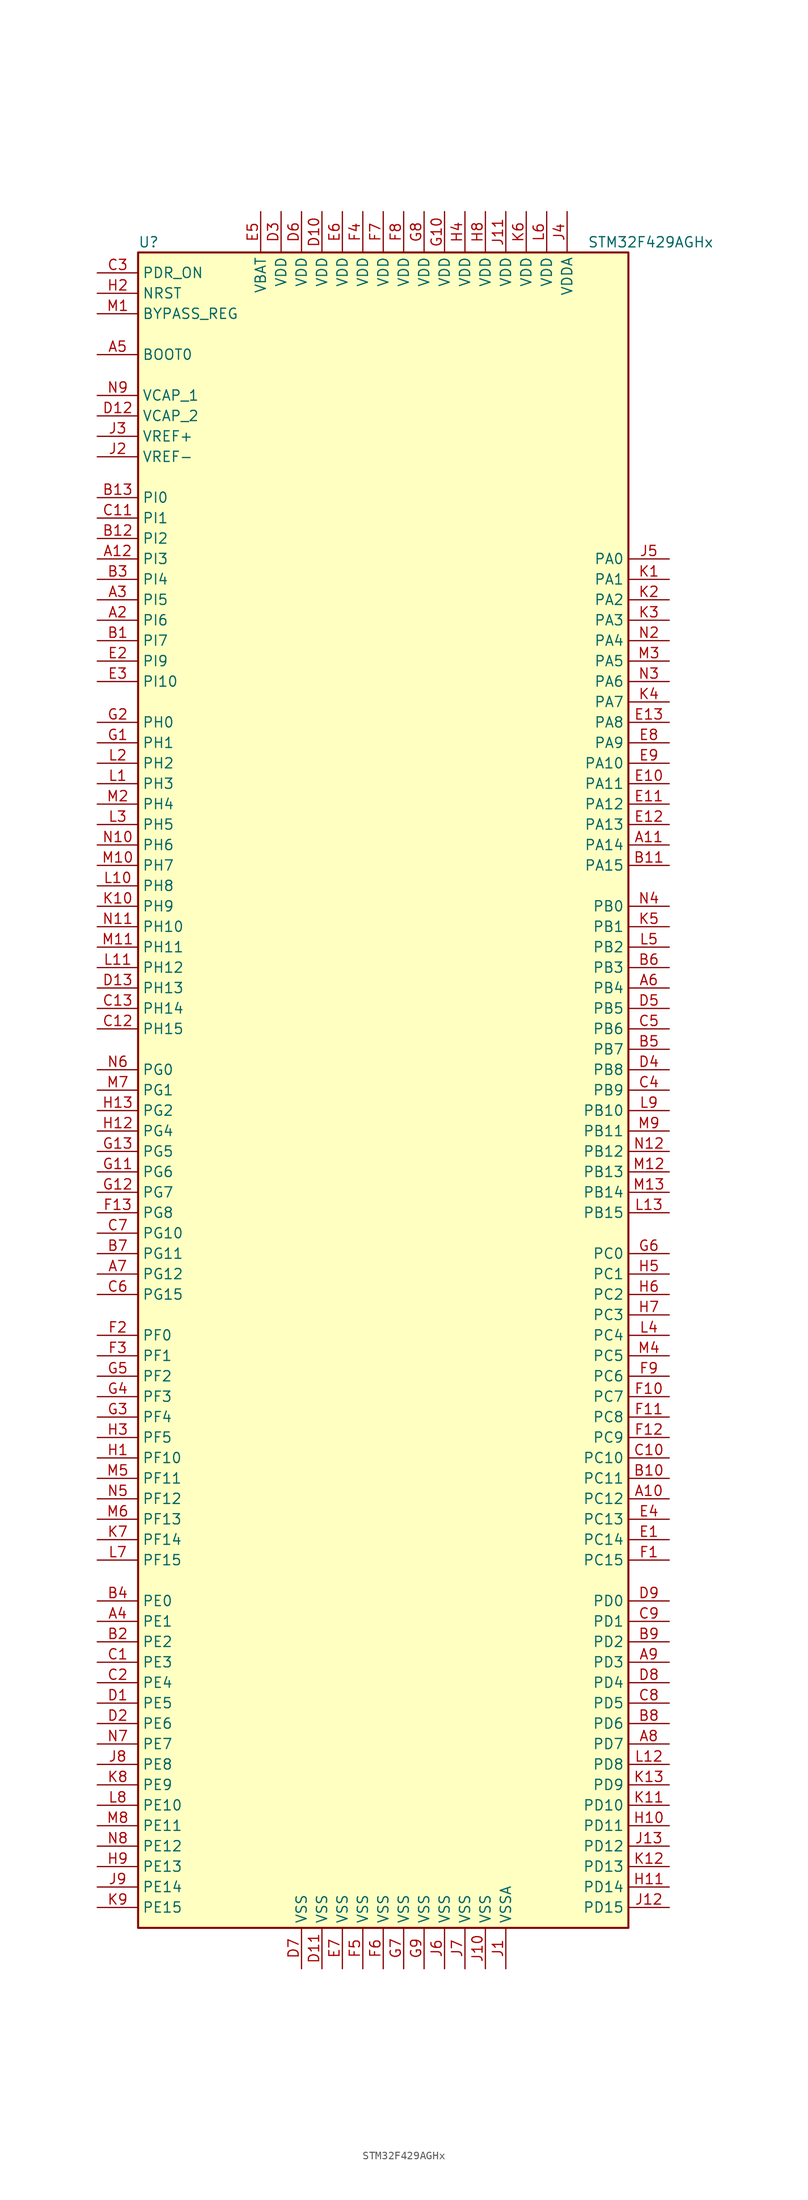
<source format=kicad_sym>
(kicad_symbol_lib
  (version 20200908)
  (generator kicad_symbol_editor)
  (symbol "MCU_ST_STM32F4:STM32F429AGHx"
    (property "Reference" "U"
      (at -30.48 105.41 0)
      (effects (font (size 1.27 1.27)) (justify left)))
    (property "Value" "STM32F429AGHx"
      (at 25.4 105.41 0)
      (effects (font (size 1.27 1.27)) (justify left)))
    (symbol "STM32F429AGHx_0_1"
      (rectangle (start -30.48 -104.14) (end 30.48 104.14) (stroke (width 0.254)) (fill (type background))))
    (symbol "STM32F429AGHx_1_1"
      (pin input line (at -35.56 91.44 0) (length 5.08) (name "BOOT0" (effects (font (size 1.27 1.27)))) (number "A5" (effects (font (size 1.27 1.27)))))
      (pin input line (at -35.56 96.52 0) (length 5.08) (name "BYPASS_REG" (effects (font (size 1.27 1.27)))) (number "M1" (effects (font (size 1.27 1.27)))))
      (pin unconnected line (at -30.48 -101.6 0) (length 5.08) hide (name "NC" (effects (font (size 1.27 1.27)))) (number "A1" (effects (font (size 1.27 1.27)))))
      (pin unconnected line (at -30.48 -99.06 0) (length 5.08) hide (name "NC" (effects (font (size 1.27 1.27)))) (number "A13" (effects (font (size 1.27 1.27)))))
      (pin unconnected line (at -30.48 -96.52 0) (length 5.08) hide (name "NC" (effects (font (size 1.27 1.27)))) (number "N1" (effects (font (size 1.27 1.27)))))
      (pin unconnected line (at -30.48 -93.98 0) (length 5.08) hide (name "NC" (effects (font (size 1.27 1.27)))) (number "N13" (effects (font (size 1.27 1.27)))))
      (pin input line (at -35.56 99.06 0) (length 5.08) (name "NRST" (effects (font (size 1.27 1.27)))) (number "H2" (effects (font (size 1.27 1.27)))))
      (pin bidirectional line (at 35.56 66.04 180) (length 5.08) (name "PA0" (effects (font (size 1.27 1.27)))) (number "J5" (effects (font (size 1.27 1.27)))))
      (pin bidirectional line (at 35.56 63.5 180) (length 5.08) (name "PA1" (effects (font (size 1.27 1.27)))) (number "K1" (effects (font (size 1.27 1.27)))))
      (pin bidirectional line (at 35.56 40.64 180) (length 5.08) (name "PA10" (effects (font (size 1.27 1.27)))) (number "E9" (effects (font (size 1.27 1.27)))))
      (pin bidirectional line (at 35.56 38.1 180) (length 5.08) (name "PA11" (effects (font (size 1.27 1.27)))) (number "E10" (effects (font (size 1.27 1.27)))))
      (pin bidirectional line (at 35.56 35.56 180) (length 5.08) (name "PA12" (effects (font (size 1.27 1.27)))) (number "E11" (effects (font (size 1.27 1.27)))))
      (pin bidirectional line (at 35.56 33.02 180) (length 5.08) (name "PA13" (effects (font (size 1.27 1.27)))) (number "E12" (effects (font (size 1.27 1.27)))))
      (pin bidirectional line (at 35.56 30.48 180) (length 5.08) (name "PA14" (effects (font (size 1.27 1.27)))) (number "A11" (effects (font (size 1.27 1.27)))))
      (pin bidirectional line (at 35.56 27.94 180) (length 5.08) (name "PA15" (effects (font (size 1.27 1.27)))) (number "B11" (effects (font (size 1.27 1.27)))))
      (pin bidirectional line (at 35.56 60.96 180) (length 5.08) (name "PA2" (effects (font (size 1.27 1.27)))) (number "K2" (effects (font (size 1.27 1.27)))))
      (pin bidirectional line (at 35.56 58.42 180) (length 5.08) (name "PA3" (effects (font (size 1.27 1.27)))) (number "K3" (effects (font (size 1.27 1.27)))))
      (pin bidirectional line (at 35.56 55.88 180) (length 5.08) (name "PA4" (effects (font (size 1.27 1.27)))) (number "N2" (effects (font (size 1.27 1.27)))))
      (pin bidirectional line (at 35.56 53.34 180) (length 5.08) (name "PA5" (effects (font (size 1.27 1.27)))) (number "M3" (effects (font (size 1.27 1.27)))))
      (pin bidirectional line (at 35.56 50.8 180) (length 5.08) (name "PA6" (effects (font (size 1.27 1.27)))) (number "N3" (effects (font (size 1.27 1.27)))))
      (pin bidirectional line (at 35.56 48.26 180) (length 5.08) (name "PA7" (effects (font (size 1.27 1.27)))) (number "K4" (effects (font (size 1.27 1.27)))))
      (pin bidirectional line (at 35.56 45.72 180) (length 5.08) (name "PA8" (effects (font (size 1.27 1.27)))) (number "E13" (effects (font (size 1.27 1.27)))))
      (pin bidirectional line (at 35.56 43.18 180) (length 5.08) (name "PA9" (effects (font (size 1.27 1.27)))) (number "E8" (effects (font (size 1.27 1.27)))))
      (pin bidirectional line (at 35.56 22.86 180) (length 5.08) (name "PB0" (effects (font (size 1.27 1.27)))) (number "N4" (effects (font (size 1.27 1.27)))))
      (pin bidirectional line (at 35.56 20.32 180) (length 5.08) (name "PB1" (effects (font (size 1.27 1.27)))) (number "K5" (effects (font (size 1.27 1.27)))))
      (pin bidirectional line (at 35.56 -2.54 180) (length 5.08) (name "PB10" (effects (font (size 1.27 1.27)))) (number "L9" (effects (font (size 1.27 1.27)))))
      (pin bidirectional line (at 35.56 -5.08 180) (length 5.08) (name "PB11" (effects (font (size 1.27 1.27)))) (number "M9" (effects (font (size 1.27 1.27)))))
      (pin bidirectional line (at 35.56 -7.62 180) (length 5.08) (name "PB12" (effects (font (size 1.27 1.27)))) (number "N12" (effects (font (size 1.27 1.27)))))
      (pin bidirectional line (at 35.56 -10.16 180) (length 5.08) (name "PB13" (effects (font (size 1.27 1.27)))) (number "M12" (effects (font (size 1.27 1.27)))))
      (pin bidirectional line (at 35.56 -12.7 180) (length 5.08) (name "PB14" (effects (font (size 1.27 1.27)))) (number "M13" (effects (font (size 1.27 1.27)))))
      (pin bidirectional line (at 35.56 -15.24 180) (length 5.08) (name "PB15" (effects (font (size 1.27 1.27)))) (number "L13" (effects (font (size 1.27 1.27)))))
      (pin bidirectional line (at 35.56 17.78 180) (length 5.08) (name "PB2" (effects (font (size 1.27 1.27)))) (number "L5" (effects (font (size 1.27 1.27)))))
      (pin bidirectional line (at 35.56 15.24 180) (length 5.08) (name "PB3" (effects (font (size 1.27 1.27)))) (number "B6" (effects (font (size 1.27 1.27)))))
      (pin bidirectional line (at 35.56 12.7 180) (length 5.08) (name "PB4" (effects (font (size 1.27 1.27)))) (number "A6" (effects (font (size 1.27 1.27)))))
      (pin bidirectional line (at 35.56 10.16 180) (length 5.08) (name "PB5" (effects (font (size 1.27 1.27)))) (number "D5" (effects (font (size 1.27 1.27)))))
      (pin bidirectional line (at 35.56 7.62 180) (length 5.08) (name "PB6" (effects (font (size 1.27 1.27)))) (number "C5" (effects (font (size 1.27 1.27)))))
      (pin bidirectional line (at 35.56 5.08 180) (length 5.08) (name "PB7" (effects (font (size 1.27 1.27)))) (number "B5" (effects (font (size 1.27 1.27)))))
      (pin bidirectional line (at 35.56 2.54 180) (length 5.08) (name "PB8" (effects (font (size 1.27 1.27)))) (number "D4" (effects (font (size 1.27 1.27)))))
      (pin bidirectional line (at 35.56 0 180) (length 5.08) (name "PB9" (effects (font (size 1.27 1.27)))) (number "C4" (effects (font (size 1.27 1.27)))))
      (pin bidirectional line (at 35.56 -20.32 180) (length 5.08) (name "PC0" (effects (font (size 1.27 1.27)))) (number "G6" (effects (font (size 1.27 1.27)))))
      (pin bidirectional line (at 35.56 -22.86 180) (length 5.08) (name "PC1" (effects (font (size 1.27 1.27)))) (number "H5" (effects (font (size 1.27 1.27)))))
      (pin bidirectional line (at 35.56 -45.72 180) (length 5.08) (name "PC10" (effects (font (size 1.27 1.27)))) (number "C10" (effects (font (size 1.27 1.27)))))
      (pin bidirectional line (at 35.56 -48.26 180) (length 5.08) (name "PC11" (effects (font (size 1.27 1.27)))) (number "B10" (effects (font (size 1.27 1.27)))))
      (pin bidirectional line (at 35.56 -50.8 180) (length 5.08) (name "PC12" (effects (font (size 1.27 1.27)))) (number "A10" (effects (font (size 1.27 1.27)))))
      (pin bidirectional line (at 35.56 -53.34 180) (length 5.08) (name "PC13" (effects (font (size 1.27 1.27)))) (number "E4" (effects (font (size 1.27 1.27)))))
      (pin bidirectional line (at 35.56 -55.88 180) (length 5.08) (name "PC14" (effects (font (size 1.27 1.27)))) (number "E1" (effects (font (size 1.27 1.27)))))
      (pin bidirectional line (at 35.56 -58.42 180) (length 5.08) (name "PC15" (effects (font (size 1.27 1.27)))) (number "F1" (effects (font (size 1.27 1.27)))))
      (pin bidirectional line (at 35.56 -25.4 180) (length 5.08) (name "PC2" (effects (font (size 1.27 1.27)))) (number "H6" (effects (font (size 1.27 1.27)))))
      (pin bidirectional line (at 35.56 -27.94 180) (length 5.08) (name "PC3" (effects (font (size 1.27 1.27)))) (number "H7" (effects (font (size 1.27 1.27)))))
      (pin bidirectional line (at 35.56 -30.48 180) (length 5.08) (name "PC4" (effects (font (size 1.27 1.27)))) (number "L4" (effects (font (size 1.27 1.27)))))
      (pin bidirectional line (at 35.56 -33.02 180) (length 5.08) (name "PC5" (effects (font (size 1.27 1.27)))) (number "M4" (effects (font (size 1.27 1.27)))))
      (pin bidirectional line (at 35.56 -35.56 180) (length 5.08) (name "PC6" (effects (font (size 1.27 1.27)))) (number "F9" (effects (font (size 1.27 1.27)))))
      (pin bidirectional line (at 35.56 -38.1 180) (length 5.08) (name "PC7" (effects (font (size 1.27 1.27)))) (number "F10" (effects (font (size 1.27 1.27)))))
      (pin bidirectional line (at 35.56 -40.64 180) (length 5.08) (name "PC8" (effects (font (size 1.27 1.27)))) (number "F11" (effects (font (size 1.27 1.27)))))
      (pin bidirectional line (at 35.56 -43.18 180) (length 5.08) (name "PC9" (effects (font (size 1.27 1.27)))) (number "F12" (effects (font (size 1.27 1.27)))))
      (pin bidirectional line (at 35.56 -63.5 180) (length 5.08) (name "PD0" (effects (font (size 1.27 1.27)))) (number "D9" (effects (font (size 1.27 1.27)))))
      (pin bidirectional line (at 35.56 -66.04 180) (length 5.08) (name "PD1" (effects (font (size 1.27 1.27)))) (number "C9" (effects (font (size 1.27 1.27)))))
      (pin bidirectional line (at 35.56 -88.9 180) (length 5.08) (name "PD10" (effects (font (size 1.27 1.27)))) (number "K11" (effects (font (size 1.27 1.27)))))
      (pin bidirectional line (at 35.56 -91.44 180) (length 5.08) (name "PD11" (effects (font (size 1.27 1.27)))) (number "H10" (effects (font (size 1.27 1.27)))))
      (pin bidirectional line (at 35.56 -93.98 180) (length 5.08) (name "PD12" (effects (font (size 1.27 1.27)))) (number "J13" (effects (font (size 1.27 1.27)))))
      (pin bidirectional line (at 35.56 -96.52 180) (length 5.08) (name "PD13" (effects (font (size 1.27 1.27)))) (number "K12" (effects (font (size 1.27 1.27)))))
      (pin bidirectional line (at 35.56 -99.06 180) (length 5.08) (name "PD14" (effects (font (size 1.27 1.27)))) (number "H11" (effects (font (size 1.27 1.27)))))
      (pin bidirectional line (at 35.56 -101.6 180) (length 5.08) (name "PD15" (effects (font (size 1.27 1.27)))) (number "J12" (effects (font (size 1.27 1.27)))))
      (pin bidirectional line (at 35.56 -68.58 180) (length 5.08) (name "PD2" (effects (font (size 1.27 1.27)))) (number "B9" (effects (font (size 1.27 1.27)))))
      (pin bidirectional line (at 35.56 -71.12 180) (length 5.08) (name "PD3" (effects (font (size 1.27 1.27)))) (number "A9" (effects (font (size 1.27 1.27)))))
      (pin bidirectional line (at 35.56 -73.66 180) (length 5.08) (name "PD4" (effects (font (size 1.27 1.27)))) (number "D8" (effects (font (size 1.27 1.27)))))
      (pin bidirectional line (at 35.56 -76.2 180) (length 5.08) (name "PD5" (effects (font (size 1.27 1.27)))) (number "C8" (effects (font (size 1.27 1.27)))))
      (pin bidirectional line (at 35.56 -78.74 180) (length 5.08) (name "PD6" (effects (font (size 1.27 1.27)))) (number "B8" (effects (font (size 1.27 1.27)))))
      (pin bidirectional line (at 35.56 -81.28 180) (length 5.08) (name "PD7" (effects (font (size 1.27 1.27)))) (number "A8" (effects (font (size 1.27 1.27)))))
      (pin bidirectional line (at 35.56 -83.82 180) (length 5.08) (name "PD8" (effects (font (size 1.27 1.27)))) (number "L12" (effects (font (size 1.27 1.27)))))
      (pin bidirectional line (at 35.56 -86.36 180) (length 5.08) (name "PD9" (effects (font (size 1.27 1.27)))) (number "K13" (effects (font (size 1.27 1.27)))))
      (pin input line (at -35.56 101.6 0) (length 5.08) (name "PDR_ON" (effects (font (size 1.27 1.27)))) (number "C3" (effects (font (size 1.27 1.27)))))
      (pin bidirectional line (at -35.56 -63.5 0) (length 5.08) (name "PE0" (effects (font (size 1.27 1.27)))) (number "B4" (effects (font (size 1.27 1.27)))))
      (pin bidirectional line (at -35.56 -66.04 0) (length 5.08) (name "PE1" (effects (font (size 1.27 1.27)))) (number "A4" (effects (font (size 1.27 1.27)))))
      (pin bidirectional line (at -35.56 -88.9 0) (length 5.08) (name "PE10" (effects (font (size 1.27 1.27)))) (number "L8" (effects (font (size 1.27 1.27)))))
      (pin bidirectional line (at -35.56 -91.44 0) (length 5.08) (name "PE11" (effects (font (size 1.27 1.27)))) (number "M8" (effects (font (size 1.27 1.27)))))
      (pin bidirectional line (at -35.56 -93.98 0) (length 5.08) (name "PE12" (effects (font (size 1.27 1.27)))) (number "N8" (effects (font (size 1.27 1.27)))))
      (pin bidirectional line (at -35.56 -96.52 0) (length 5.08) (name "PE13" (effects (font (size 1.27 1.27)))) (number "H9" (effects (font (size 1.27 1.27)))))
      (pin bidirectional line (at -35.56 -99.06 0) (length 5.08) (name "PE14" (effects (font (size 1.27 1.27)))) (number "J9" (effects (font (size 1.27 1.27)))))
      (pin bidirectional line (at -35.56 -101.6 0) (length 5.08) (name "PE15" (effects (font (size 1.27 1.27)))) (number "K9" (effects (font (size 1.27 1.27)))))
      (pin bidirectional line (at -35.56 -68.58 0) (length 5.08) (name "PE2" (effects (font (size 1.27 1.27)))) (number "B2" (effects (font (size 1.27 1.27)))))
      (pin bidirectional line (at -35.56 -71.12 0) (length 5.08) (name "PE3" (effects (font (size 1.27 1.27)))) (number "C1" (effects (font (size 1.27 1.27)))))
      (pin bidirectional line (at -35.56 -73.66 0) (length 5.08) (name "PE4" (effects (font (size 1.27 1.27)))) (number "C2" (effects (font (size 1.27 1.27)))))
      (pin bidirectional line (at -35.56 -76.2 0) (length 5.08) (name "PE5" (effects (font (size 1.27 1.27)))) (number "D1" (effects (font (size 1.27 1.27)))))
      (pin bidirectional line (at -35.56 -78.74 0) (length 5.08) (name "PE6" (effects (font (size 1.27 1.27)))) (number "D2" (effects (font (size 1.27 1.27)))))
      (pin bidirectional line (at -35.56 -81.28 0) (length 5.08) (name "PE7" (effects (font (size 1.27 1.27)))) (number "N7" (effects (font (size 1.27 1.27)))))
      (pin bidirectional line (at -35.56 -83.82 0) (length 5.08) (name "PE8" (effects (font (size 1.27 1.27)))) (number "J8" (effects (font (size 1.27 1.27)))))
      (pin bidirectional line (at -35.56 -86.36 0) (length 5.08) (name "PE9" (effects (font (size 1.27 1.27)))) (number "K8" (effects (font (size 1.27 1.27)))))
      (pin bidirectional line (at -35.56 -30.48 0) (length 5.08) (name "PF0" (effects (font (size 1.27 1.27)))) (number "F2" (effects (font (size 1.27 1.27)))))
      (pin bidirectional line (at -35.56 -33.02 0) (length 5.08) (name "PF1" (effects (font (size 1.27 1.27)))) (number "F3" (effects (font (size 1.27 1.27)))))
      (pin bidirectional line (at -35.56 -45.72 0) (length 5.08) (name "PF10" (effects (font (size 1.27 1.27)))) (number "H1" (effects (font (size 1.27 1.27)))))
      (pin bidirectional line (at -35.56 -48.26 0) (length 5.08) (name "PF11" (effects (font (size 1.27 1.27)))) (number "M5" (effects (font (size 1.27 1.27)))))
      (pin bidirectional line (at -35.56 -50.8 0) (length 5.08) (name "PF12" (effects (font (size 1.27 1.27)))) (number "N5" (effects (font (size 1.27 1.27)))))
      (pin bidirectional line (at -35.56 -53.34 0) (length 5.08) (name "PF13" (effects (font (size 1.27 1.27)))) (number "M6" (effects (font (size 1.27 1.27)))))
      (pin bidirectional line (at -35.56 -55.88 0) (length 5.08) (name "PF14" (effects (font (size 1.27 1.27)))) (number "K7" (effects (font (size 1.27 1.27)))))
      (pin bidirectional line (at -35.56 -58.42 0) (length 5.08) (name "PF15" (effects (font (size 1.27 1.27)))) (number "L7" (effects (font (size 1.27 1.27)))))
      (pin bidirectional line (at -35.56 -35.56 0) (length 5.08) (name "PF2" (effects (font (size 1.27 1.27)))) (number "G5" (effects (font (size 1.27 1.27)))))
      (pin bidirectional line (at -35.56 -38.1 0) (length 5.08) (name "PF3" (effects (font (size 1.27 1.27)))) (number "G4" (effects (font (size 1.27 1.27)))))
      (pin bidirectional line (at -35.56 -40.64 0) (length 5.08) (name "PF4" (effects (font (size 1.27 1.27)))) (number "G3" (effects (font (size 1.27 1.27)))))
      (pin bidirectional line (at -35.56 -43.18 0) (length 5.08) (name "PF5" (effects (font (size 1.27 1.27)))) (number "H3" (effects (font (size 1.27 1.27)))))
      (pin bidirectional line (at -35.56 2.54 0) (length 5.08) (name "PG0" (effects (font (size 1.27 1.27)))) (number "N6" (effects (font (size 1.27 1.27)))))
      (pin bidirectional line (at -35.56 0 0) (length 5.08) (name "PG1" (effects (font (size 1.27 1.27)))) (number "M7" (effects (font (size 1.27 1.27)))))
      (pin bidirectional line (at -35.56 -17.78 0) (length 5.08) (name "PG10" (effects (font (size 1.27 1.27)))) (number "C7" (effects (font (size 1.27 1.27)))))
      (pin bidirectional line (at -35.56 -20.32 0) (length 5.08) (name "PG11" (effects (font (size 1.27 1.27)))) (number "B7" (effects (font (size 1.27 1.27)))))
      (pin bidirectional line (at -35.56 -22.86 0) (length 5.08) (name "PG12" (effects (font (size 1.27 1.27)))) (number "A7" (effects (font (size 1.27 1.27)))))
      (pin bidirectional line (at -35.56 -25.4 0) (length 5.08) (name "PG15" (effects (font (size 1.27 1.27)))) (number "C6" (effects (font (size 1.27 1.27)))))
      (pin bidirectional line (at -35.56 -2.54 0) (length 5.08) (name "PG2" (effects (font (size 1.27 1.27)))) (number "H13" (effects (font (size 1.27 1.27)))))
      (pin bidirectional line (at -35.56 -5.08 0) (length 5.08) (name "PG4" (effects (font (size 1.27 1.27)))) (number "H12" (effects (font (size 1.27 1.27)))))
      (pin bidirectional line (at -35.56 -7.62 0) (length 5.08) (name "PG5" (effects (font (size 1.27 1.27)))) (number "G13" (effects (font (size 1.27 1.27)))))
      (pin bidirectional line (at -35.56 -10.16 0) (length 5.08) (name "PG6" (effects (font (size 1.27 1.27)))) (number "G11" (effects (font (size 1.27 1.27)))))
      (pin bidirectional line (at -35.56 -12.7 0) (length 5.08) (name "PG7" (effects (font (size 1.27 1.27)))) (number "G12" (effects (font (size 1.27 1.27)))))
      (pin bidirectional line (at -35.56 -15.24 0) (length 5.08) (name "PG8" (effects (font (size 1.27 1.27)))) (number "F13" (effects (font (size 1.27 1.27)))))
      (pin input line (at -35.56 45.72 0) (length 5.08) (name "PH0" (effects (font (size 1.27 1.27)))) (number "G2" (effects (font (size 1.27 1.27)))))
      (pin input line (at -35.56 43.18 0) (length 5.08) (name "PH1" (effects (font (size 1.27 1.27)))) (number "G1" (effects (font (size 1.27 1.27)))))
      (pin bidirectional line (at -35.56 20.32 0) (length 5.08) (name "PH10" (effects (font (size 1.27 1.27)))) (number "N11" (effects (font (size 1.27 1.27)))))
      (pin bidirectional line (at -35.56 17.78 0) (length 5.08) (name "PH11" (effects (font (size 1.27 1.27)))) (number "M11" (effects (font (size 1.27 1.27)))))
      (pin bidirectional line (at -35.56 15.24 0) (length 5.08) (name "PH12" (effects (font (size 1.27 1.27)))) (number "L11" (effects (font (size 1.27 1.27)))))
      (pin bidirectional line (at -35.56 12.7 0) (length 5.08) (name "PH13" (effects (font (size 1.27 1.27)))) (number "D13" (effects (font (size 1.27 1.27)))))
      (pin bidirectional line (at -35.56 10.16 0) (length 5.08) (name "PH14" (effects (font (size 1.27 1.27)))) (number "C13" (effects (font (size 1.27 1.27)))))
      (pin bidirectional line (at -35.56 7.62 0) (length 5.08) (name "PH15" (effects (font (size 1.27 1.27)))) (number "C12" (effects (font (size 1.27 1.27)))))
      (pin bidirectional line (at -35.56 40.64 0) (length 5.08) (name "PH2" (effects (font (size 1.27 1.27)))) (number "L2" (effects (font (size 1.27 1.27)))))
      (pin bidirectional line (at -35.56 38.1 0) (length 5.08) (name "PH3" (effects (font (size 1.27 1.27)))) (number "L1" (effects (font (size 1.27 1.27)))))
      (pin bidirectional line (at -35.56 35.56 0) (length 5.08) (name "PH4" (effects (font (size 1.27 1.27)))) (number "M2" (effects (font (size 1.27 1.27)))))
      (pin bidirectional line (at -35.56 33.02 0) (length 5.08) (name "PH5" (effects (font (size 1.27 1.27)))) (number "L3" (effects (font (size 1.27 1.27)))))
      (pin bidirectional line (at -35.56 30.48 0) (length 5.08) (name "PH6" (effects (font (size 1.27 1.27)))) (number "N10" (effects (font (size 1.27 1.27)))))
      (pin bidirectional line (at -35.56 27.94 0) (length 5.08) (name "PH7" (effects (font (size 1.27 1.27)))) (number "M10" (effects (font (size 1.27 1.27)))))
      (pin bidirectional line (at -35.56 25.4 0) (length 5.08) (name "PH8" (effects (font (size 1.27 1.27)))) (number "L10" (effects (font (size 1.27 1.27)))))
      (pin bidirectional line (at -35.56 22.86 0) (length 5.08) (name "PH9" (effects (font (size 1.27 1.27)))) (number "K10" (effects (font (size 1.27 1.27)))))
      (pin bidirectional line (at -35.56 73.66 0) (length 5.08) (name "PI0" (effects (font (size 1.27 1.27)))) (number "B13" (effects (font (size 1.27 1.27)))))
      (pin bidirectional line (at -35.56 71.12 0) (length 5.08) (name "PI1" (effects (font (size 1.27 1.27)))) (number "C11" (effects (font (size 1.27 1.27)))))
      (pin bidirectional line (at -35.56 50.8 0) (length 5.08) (name "PI10" (effects (font (size 1.27 1.27)))) (number "E3" (effects (font (size 1.27 1.27)))))
      (pin bidirectional line (at -35.56 68.58 0) (length 5.08) (name "PI2" (effects (font (size 1.27 1.27)))) (number "B12" (effects (font (size 1.27 1.27)))))
      (pin bidirectional line (at -35.56 66.04 0) (length 5.08) (name "PI3" (effects (font (size 1.27 1.27)))) (number "A12" (effects (font (size 1.27 1.27)))))
      (pin bidirectional line (at -35.56 63.5 0) (length 5.08) (name "PI4" (effects (font (size 1.27 1.27)))) (number "B3" (effects (font (size 1.27 1.27)))))
      (pin bidirectional line (at -35.56 60.96 0) (length 5.08) (name "PI5" (effects (font (size 1.27 1.27)))) (number "A3" (effects (font (size 1.27 1.27)))))
      (pin bidirectional line (at -35.56 58.42 0) (length 5.08) (name "PI6" (effects (font (size 1.27 1.27)))) (number "A2" (effects (font (size 1.27 1.27)))))
      (pin bidirectional line (at -35.56 55.88 0) (length 5.08) (name "PI7" (effects (font (size 1.27 1.27)))) (number "B1" (effects (font (size 1.27 1.27)))))
      (pin bidirectional line (at -35.56 53.34 0) (length 5.08) (name "PI9" (effects (font (size 1.27 1.27)))) (number "E2" (effects (font (size 1.27 1.27)))))
      (pin power_in line (at -15.24 109.22 270) (length 5.08) (name "VBAT" (effects (font (size 1.27 1.27)))) (number "E5" (effects (font (size 1.27 1.27)))))
      (pin power_in line (at -35.56 86.36 0) (length 5.08) (name "VCAP_1" (effects (font (size 1.27 1.27)))) (number "N9" (effects (font (size 1.27 1.27)))))
      (pin power_in line (at -35.56 83.82 0) (length 5.08) (name "VCAP_2" (effects (font (size 1.27 1.27)))) (number "D12" (effects (font (size 1.27 1.27)))))
      (pin power_in line (at -7.62 109.22 270) (length 5.08) (name "VDD" (effects (font (size 1.27 1.27)))) (number "D10" (effects (font (size 1.27 1.27)))))
      (pin power_in line (at -12.7 109.22 270) (length 5.08) (name "VDD" (effects (font (size 1.27 1.27)))) (number "D3" (effects (font (size 1.27 1.27)))))
      (pin power_in line (at -10.16 109.22 270) (length 5.08) (name "VDD" (effects (font (size 1.27 1.27)))) (number "D6" (effects (font (size 1.27 1.27)))))
      (pin power_in line (at -5.08 109.22 270) (length 5.08) (name "VDD" (effects (font (size 1.27 1.27)))) (number "E6" (effects (font (size 1.27 1.27)))))
      (pin power_in line (at -2.54 109.22 270) (length 5.08) (name "VDD" (effects (font (size 1.27 1.27)))) (number "F4" (effects (font (size 1.27 1.27)))))
      (pin power_in line (at 0 109.22 270) (length 5.08) (name "VDD" (effects (font (size 1.27 1.27)))) (number "F7" (effects (font (size 1.27 1.27)))))
      (pin power_in line (at 2.54 109.22 270) (length 5.08) (name "VDD" (effects (font (size 1.27 1.27)))) (number "F8" (effects (font (size 1.27 1.27)))))
      (pin power_in line (at 7.62 109.22 270) (length 5.08) (name "VDD" (effects (font (size 1.27 1.27)))) (number "G10" (effects (font (size 1.27 1.27)))))
      (pin power_in line (at 5.08 109.22 270) (length 5.08) (name "VDD" (effects (font (size 1.27 1.27)))) (number "G8" (effects (font (size 1.27 1.27)))))
      (pin power_in line (at 10.16 109.22 270) (length 5.08) (name "VDD" (effects (font (size 1.27 1.27)))) (number "H4" (effects (font (size 1.27 1.27)))))
      (pin power_in line (at 12.7 109.22 270) (length 5.08) (name "VDD" (effects (font (size 1.27 1.27)))) (number "H8" (effects (font (size 1.27 1.27)))))
      (pin power_in line (at 15.24 109.22 270) (length 5.08) (name "VDD" (effects (font (size 1.27 1.27)))) (number "J11" (effects (font (size 1.27 1.27)))))
      (pin power_in line (at 17.78 109.22 270) (length 5.08) (name "VDD" (effects (font (size 1.27 1.27)))) (number "K6" (effects (font (size 1.27 1.27)))))
      (pin power_in line (at 20.32 109.22 270) (length 5.08) (name "VDD" (effects (font (size 1.27 1.27)))) (number "L6" (effects (font (size 1.27 1.27)))))
      (pin power_in line (at 22.86 109.22 270) (length 5.08) (name "VDDA" (effects (font (size 1.27 1.27)))) (number "J4" (effects (font (size 1.27 1.27)))))
      (pin power_in line (at -35.56 81.28 0) (length 5.08) (name "VREF+" (effects (font (size 1.27 1.27)))) (number "J3" (effects (font (size 1.27 1.27)))))
      (pin power_in line (at -35.56 78.74 0) (length 5.08) (name "VREF-" (effects (font (size 1.27 1.27)))) (number "J2" (effects (font (size 1.27 1.27)))))
      (pin power_in line (at -7.62 -109.22 90) (length 5.08) (name "VSS" (effects (font (size 1.27 1.27)))) (number "D11" (effects (font (size 1.27 1.27)))))
      (pin power_in line (at -10.16 -109.22 90) (length 5.08) (name "VSS" (effects (font (size 1.27 1.27)))) (number "D7" (effects (font (size 1.27 1.27)))))
      (pin power_in line (at -5.08 -109.22 90) (length 5.08) (name "VSS" (effects (font (size 1.27 1.27)))) (number "E7" (effects (font (size 1.27 1.27)))))
      (pin power_in line (at -2.54 -109.22 90) (length 5.08) (name "VSS" (effects (font (size 1.27 1.27)))) (number "F5" (effects (font (size 1.27 1.27)))))
      (pin power_in line (at 0 -109.22 90) (length 5.08) (name "VSS" (effects (font (size 1.27 1.27)))) (number "F6" (effects (font (size 1.27 1.27)))))
      (pin power_in line (at 2.54 -109.22 90) (length 5.08) (name "VSS" (effects (font (size 1.27 1.27)))) (number "G7" (effects (font (size 1.27 1.27)))))
      (pin power_in line (at 5.08 -109.22 90) (length 5.08) (name "VSS" (effects (font (size 1.27 1.27)))) (number "G9" (effects (font (size 1.27 1.27)))))
      (pin power_in line (at 12.7 -109.22 90) (length 5.08) (name "VSS" (effects (font (size 1.27 1.27)))) (number "J10" (effects (font (size 1.27 1.27)))))
      (pin power_in line (at 7.62 -109.22 90) (length 5.08) (name "VSS" (effects (font (size 1.27 1.27)))) (number "J6" (effects (font (size 1.27 1.27)))))
      (pin power_in line (at 10.16 -109.22 90) (length 5.08) (name "VSS" (effects (font (size 1.27 1.27)))) (number "J7" (effects (font (size 1.27 1.27)))))
      (pin power_in line (at 15.24 -109.22 90) (length 5.08) (name "VSSA" (effects (font (size 1.27 1.27)))) (number "J1" (effects (font (size 1.27 1.27))))))))
</source>
